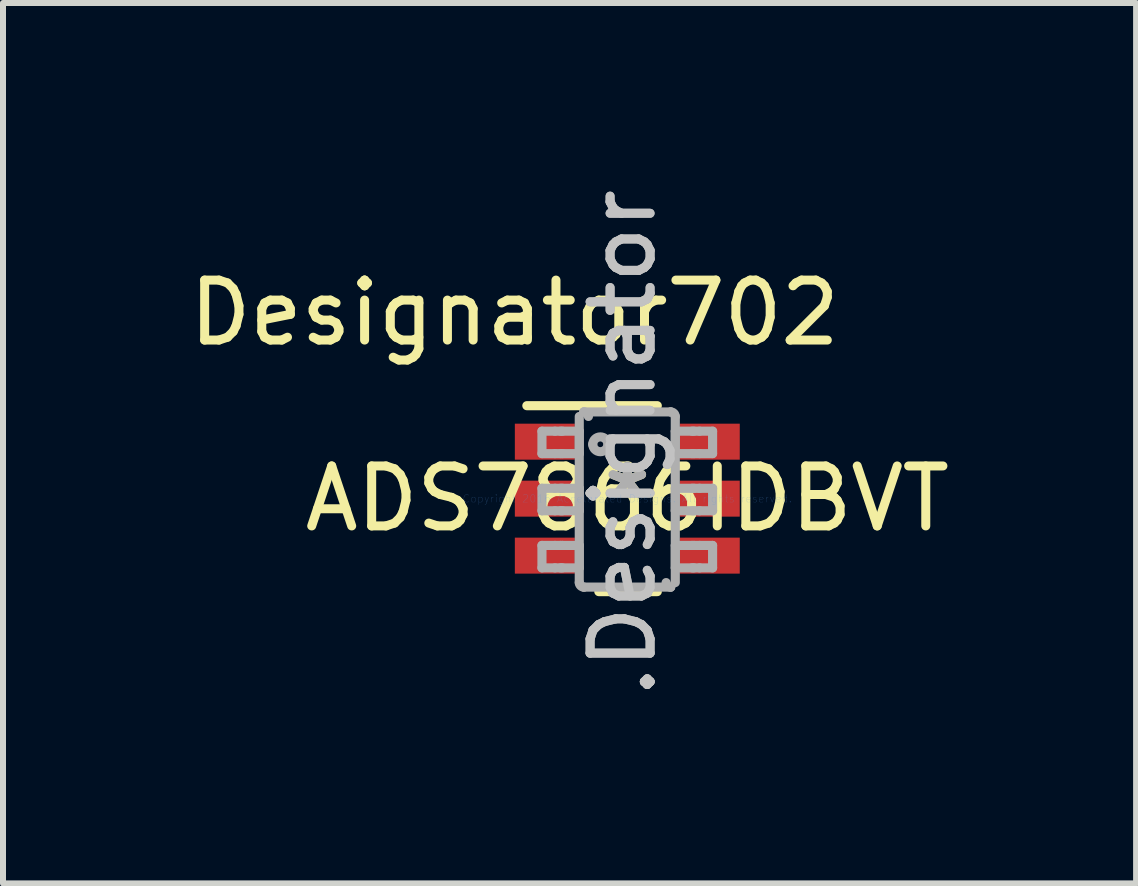
<source format=kicad_pcb>
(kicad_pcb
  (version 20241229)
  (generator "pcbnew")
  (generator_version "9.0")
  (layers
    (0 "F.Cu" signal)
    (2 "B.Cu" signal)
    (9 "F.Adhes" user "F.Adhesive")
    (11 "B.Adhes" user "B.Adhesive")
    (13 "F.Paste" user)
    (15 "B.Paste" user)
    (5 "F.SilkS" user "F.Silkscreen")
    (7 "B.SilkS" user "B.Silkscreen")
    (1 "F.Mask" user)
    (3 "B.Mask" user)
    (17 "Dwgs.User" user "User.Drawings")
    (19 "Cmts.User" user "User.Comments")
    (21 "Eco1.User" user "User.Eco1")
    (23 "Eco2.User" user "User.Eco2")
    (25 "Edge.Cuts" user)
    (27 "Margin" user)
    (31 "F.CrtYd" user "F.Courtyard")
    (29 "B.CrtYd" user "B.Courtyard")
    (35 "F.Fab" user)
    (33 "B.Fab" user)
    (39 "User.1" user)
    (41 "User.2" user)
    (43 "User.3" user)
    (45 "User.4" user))
  (footprint "ADS7866IDBVT"
    (layer "F.Cu")
    (at 7.409 5.264)
    (property "Reference" "ADS7866IDBVT" (at 0 0 0) (layer "F.SilkS") (effects (font (size 1 1) (thickness 0.15))))
    (attr through_hole)
    (fp_line (start -1.675 -1.55) (end 0.5 -1.55) (stroke (width 0.152) (type solid)) (layer "F.SilkS"))
    (fp_line (start -0.475 1.55) (end 0.5 1.55) (stroke (width 0.152) (type solid)) (layer "F.SilkS"))
    (fp_line (start -1.423 -1.125) (end -1.206 -1.125) (stroke (width 0.152) (type solid)) (layer "F.Fab"))
    (fp_line (start -1.423 -0.751) (end -1.423 -1.125) (stroke (width 0.152) (type solid)) (layer "F.Fab"))
    (fp_line (start -1.423 -0.751) (end -1.206 -0.751) (stroke (width 0.152) (type solid)) (layer "F.Fab"))
    (fp_line (start -1.423 -0.173) (end -1.206 -0.173) (stroke (width 0.152) (type solid)) (layer "F.Fab"))
    (fp_line (start -1.423 0.202) (end -1.423 -0.173) (stroke (width 0.152) (type solid)) (layer "F.Fab"))
    (fp_line (start -1.423 0.202) (end -1.206 0.202) (stroke (width 0.152) (type solid)) (layer "F.Fab"))
    (fp_line (start -1.423 0.78) (end -1.206 0.78) (stroke (width 0.152) (type solid)) (layer "F.Fab"))
    (fp_line (start -1.423 1.154) (end -1.423 0.78) (stroke (width 0.152) (type solid)) (layer "F.Fab"))
    (fp_line (start -1.423 1.154) (end -1.206 1.154) (stroke (width 0.152) (type solid)) (layer "F.Fab"))
    (fp_line (start -1.206 -1.125) (end -1.113 -1.125) (stroke (width 0.152) (type solid)) (layer "F.Fab"))
    (fp_line (start -1.206 -0.751) (end -1.113 -0.751) (stroke (width 0.152) (type solid)) (layer "F.Fab"))
    (fp_line (start -1.206 -0.173) (end -1.113 -0.173) (stroke (width 0.152) (type solid)) (layer "F.Fab"))
    (fp_line (start -1.206 0.202) (end -1.113 0.202) (stroke (width 0.152) (type solid)) (layer "F.Fab"))
    (fp_line (start -1.206 0.78) (end -1.113 0.78) (stroke (width 0.152) (type solid)) (layer "F.Fab"))
    (fp_line (start -1.206 1.154) (end -1.113 1.154) (stroke (width 0.152) (type solid)) (layer "F.Fab"))
    (fp_line (start -1.113 -1.125) (end -1.081 -1.125) (stroke (width 0.152) (type solid)) (layer "F.Fab"))
    (fp_line (start -1.113 -0.751) (end -1.081 -0.751) (stroke (width 0.152) (type solid)) (layer "F.Fab"))
    (fp_line (start -1.113 -0.173) (end -1.081 -0.173) (stroke (width 0.152) (type solid)) (layer "F.Fab"))
    (fp_line (start -1.113 0.202) (end -1.081 0.202) (stroke (width 0.152) (type solid)) (layer "F.Fab"))
    (fp_line (start -1.113 0.78) (end -1.081 0.78) (stroke (width 0.152) (type solid)) (layer "F.Fab"))
    (fp_line (start -1.113 1.154) (end -1.081 1.154) (stroke (width 0.152) (type solid)) (layer "F.Fab"))
    (fp_line (start -1.081 -1.125) (end -0.828 -1.125) (stroke (width 0.152) (type solid)) (layer "F.Fab"))
    (fp_line (start -1.081 -0.751) (end -0.828 -0.751) (stroke (width 0.152) (type solid)) (layer "F.Fab"))
    (fp_line (start -1.081 -0.173) (end -0.828 -0.173) (stroke (width 0.152) (type solid)) (layer "F.Fab"))
    (fp_line (start -1.081 0.202) (end -0.828 0.202) (stroke (width 0.152) (type solid)) (layer "F.Fab"))
    (fp_line (start -1.081 0.78) (end -0.828 0.78) (stroke (width 0.152) (type solid)) (layer "F.Fab"))
    (fp_line (start -1.081 1.154) (end -0.828 1.154) (stroke (width 0.152) (type solid)) (layer "F.Fab"))
    (fp_line (start -0.828 -1.125) (end -0.801 -1.125) (stroke (width 0.152) (type solid)) (layer "F.Fab"))
    (fp_line (start -0.828 -0.751) (end -0.801 -0.751) (stroke (width 0.152) (type solid)) (layer "F.Fab"))
    (fp_line (start -0.828 -0.173) (end -0.801 -0.173) (stroke (width 0.152) (type solid)) (layer "F.Fab"))
    (fp_line (start -0.828 0.202) (end -0.801 0.202) (stroke (width 0.152) (type solid)) (layer "F.Fab"))
    (fp_line (start -0.828 0.78) (end -0.801 0.78) (stroke (width 0.152) (type solid)) (layer "F.Fab"))
    (fp_line (start -0.828 1.154) (end -0.801 1.154) (stroke (width 0.152) (type solid)) (layer "F.Fab"))
    (fp_line (start -0.801 -0.751) (end -0.801 -1.125) (stroke (width 0.152) (type solid)) (layer "F.Fab"))
    (fp_line (start -0.801 0.202) (end -0.801 -0.173) (stroke (width 0.152) (type solid)) (layer "F.Fab"))
    (fp_line (start -0.801 1.154) (end -0.801 0.78) (stroke (width 0.152) (type solid)) (layer "F.Fab"))
    (fp_line (start -0.801 1.399) (end -0.801 -1.37) (stroke (width 0.152) (type solid)) (layer "F.Fab"))
    (fp_line (start -0.725 -1.446) (end -0.724 -1.446) (stroke (width 0.152) (type solid)) (layer "F.Fab"))
    (fp_line (start -0.725 1.475) (end -0.724 1.475) (stroke (width 0.152) (type solid)) (layer "F.Fab"))
    (fp_line (start -0.724 -1.446) (end 0.723 -1.446) (stroke (width 0.152) (type solid)) (layer "F.Fab"))
    (fp_line (start -0.724 1.475) (end 0.723 1.475) (stroke (width 0.152) (type solid)) (layer "F.Fab"))
    (fp_line (start 0.723 -1.446) (end 0.724 -1.446) (stroke (width 0.152) (type solid)) (layer "F.Fab"))
    (fp_line (start 0.723 1.475) (end 0.724 1.475) (stroke (width 0.152) (type solid)) (layer "F.Fab"))
    (fp_line (start 0.8 -1.125) (end 0.827 -1.125) (stroke (width 0.152) (type solid)) (layer "F.Fab"))
    (fp_line (start 0.8 -0.751) (end 0.8 -1.125) (stroke (width 0.152) (type solid)) (layer "F.Fab"))
    (fp_line (start 0.8 -0.751) (end 0.827 -0.751) (stroke (width 0.152) (type solid)) (layer "F.Fab"))
    (fp_line (start 0.8 -0.173) (end 0.827 -0.173) (stroke (width 0.152) (type solid)) (layer "F.Fab"))
    (fp_line (start 0.8 0.202) (end 0.8 -0.173) (stroke (width 0.152) (type solid)) (layer "F.Fab"))
    (fp_line (start 0.8 0.202) (end 0.827 0.202) (stroke (width 0.152) (type solid)) (layer "F.Fab"))
    (fp_line (start 0.8 0.78) (end 0.827 0.78) (stroke (width 0.152) (type solid)) (layer "F.Fab"))
    (fp_line (start 0.8 1.154) (end 0.8 0.78) (stroke (width 0.152) (type solid)) (layer "F.Fab"))
    (fp_line (start 0.8 1.154) (end 0.827 1.154) (stroke (width 0.152) (type solid)) (layer "F.Fab"))
    (fp_line (start 0.8 1.399) (end 0.8 -1.37) (stroke (width 0.152) (type solid)) (layer "F.Fab"))
    (fp_line (start 0.827 -1.125) (end 1.08 -1.125) (stroke (width 0.152) (type solid)) (layer "F.Fab"))
    (fp_line (start 0.827 -0.751) (end 1.08 -0.751) (stroke (width 0.152) (type solid)) (layer "F.Fab"))
    (fp_line (start 0.827 -0.173) (end 1.08 -0.173) (stroke (width 0.152) (type solid)) (layer "F.Fab"))
    (fp_line (start 0.827 0.202) (end 1.08 0.202) (stroke (width 0.152) (type solid)) (layer "F.Fab"))
    (fp_line (start 0.827 0.78) (end 1.08 0.78) (stroke (width 0.152) (type solid)) (layer "F.Fab"))
    (fp_line (start 0.827 1.154) (end 1.08 1.154) (stroke (width 0.152) (type solid)) (layer "F.Fab"))
    (fp_line (start 1.08 -1.125) (end 1.112 -1.125) (stroke (width 0.152) (type solid)) (layer "F.Fab"))
    (fp_line (start 1.08 -0.751) (end 1.112 -0.751) (stroke (width 0.152) (type solid)) (layer "F.Fab"))
    (fp_line (start 1.08 -0.173) (end 1.112 -0.173) (stroke (width 0.152) (type solid)) (layer "F.Fab"))
    (fp_line (start 1.08 0.202) (end 1.112 0.202) (stroke (width 0.152) (type solid)) (layer "F.Fab"))
    (fp_line (start 1.08 0.78) (end 1.112 0.78) (stroke (width 0.152) (type solid)) (layer "F.Fab"))
    (fp_line (start 1.08 1.154) (end 1.112 1.154) (stroke (width 0.152) (type solid)) (layer "F.Fab"))
    (fp_line (start 1.112 -1.125) (end 1.205 -1.125) (stroke (width 0.152) (type solid)) (layer "F.Fab"))
    (fp_line (start 1.112 -0.751) (end 1.205 -0.751) (stroke (width 0.152) (type solid)) (layer "F.Fab"))
    (fp_line (start 1.112 -0.173) (end 1.205 -0.173) (stroke (width 0.152) (type solid)) (layer "F.Fab"))
    (fp_line (start 1.112 0.202) (end 1.205 0.202) (stroke (width 0.152) (type solid)) (layer "F.Fab"))
    (fp_line (start 1.112 0.78) (end 1.205 0.78) (stroke (width 0.152) (type solid)) (layer "F.Fab"))
    (fp_line (start 1.112 1.154) (end 1.205 1.154) (stroke (width 0.152) (type solid)) (layer "F.Fab"))
    (fp_line (start 1.205 -1.125) (end 1.422 -1.125) (stroke (width 0.152) (type solid)) (layer "F.Fab"))
    (fp_line (start 1.205 -0.751) (end 1.422 -0.751) (stroke (width 0.152) (type solid)) (layer "F.Fab"))
    (fp_line (start 1.205 -0.173) (end 1.422 -0.173) (stroke (width 0.152) (type solid)) (layer "F.Fab"))
    (fp_line (start 1.205 0.202) (end 1.422 0.202) (stroke (width 0.152) (type solid)) (layer "F.Fab"))
    (fp_line (start 1.205 0.78) (end 1.422 0.78) (stroke (width 0.152) (type solid)) (layer "F.Fab"))
    (fp_line (start 1.205 1.154) (end 1.422 1.154) (stroke (width 0.152) (type solid)) (layer "F.Fab"))
    (fp_line (start 1.422 -0.751) (end 1.422 -1.125) (stroke (width 0.152) (type solid)) (layer "F.Fab"))
    (fp_line (start 1.422 0.202) (end 1.422 -0.173) (stroke (width 0.152) (type solid)) (layer "F.Fab"))
    (fp_line (start 1.422 1.154) (end 1.422 0.78) (stroke (width 0.152) (type solid)) (layer "F.Fab"))
    (fp_arc (start -0.724487 1.475003) (mid -0.778145 1.45291) (end -0.800689 1.39944) (stroke (width 0.1524) (type solid)) (layer "F.Fab"))
    (fp_arc (start -0.724474 -1.446002) (mid -0.670807 -1.423905) (end -0.648259 -1.370426) (stroke (width 0.1524) (type solid)) (layer "F.Fab"))
    (fp_arc (start -0.576537 -0.906071) (mid -0.449562 -1.033046) (end -0.322587 -0.906071) (stroke (width 0.1524) (type solid)) (layer "F.Fab"))
    (fp_arc (start -0.322588 -0.906071) (mid -0.449562 -0.779097) (end -0.576536 -0.906071) (stroke (width 0.1524) (type solid)) (layer "F.Fab"))
    (fp_arc (start 0.723303 -1.446002) (mid 0.776961 -1.423909) (end 0.799505 -1.370439) (stroke (width 0.1524) (type solid)) (layer "F.Fab"))
    (fp_arc (start 0.723316 1.475003) (mid 0.669668 1.452913) (end 0.647127 1.399453) (stroke (width 0.1524) (type solid)) (layer "F.Fab"))
    (fp_text user "Designator702" (at -1.88 -3.099 0) (layer "F.SilkS") (effects (font (size 1 1) (thickness 0.15))))
    (fp_text user "*" (at 0 0 0) (layer "F.SilkS") (effects (font (size 1 1) (thickness 0.15))))
    (fp_text user ".Designator" (at -0.075 -0.925 270) (layer "Dwgs.User") (effects (font (size 1 1) (thickness 0.15))))
    (fp_text user "Copyright 2016 Accelerated Designs. All rights reserved." (at 0 0 0) (layer "Cmts.User") (effects (font (size 0.127 0.127) (thickness 0.002))))
    (fp_text user ".Designator" (at -0.075 -0.925 270) (layer "F.Fab") (effects (font (size 1 1) (thickness 0.15))))
    (fp_text user "*" (at 0 0 0) (layer "F.Fab") (effects (font (size 1 1) (thickness 0.15))))
    (pad "1" smd rect (at -1.375 -0.95 90) (size 0.6 1) (layers "F.Cu" "F.Mask" "F.Paste"))
    (pad "2" smd rect (at -1.375 0 90) (size 0.6 1) (layers "F.Cu" "F.Mask" "F.Paste"))
    (pad "3" smd rect (at -1.375 0.95 90) (size 0.6 1) (layers "F.Cu" "F.Mask" "F.Paste"))
    (pad "4" smd rect (at 1.375 0.95 90) (size 0.6 1) (layers "F.Cu" "F.Mask" "F.Paste"))
    (pad "5" smd rect (at 1.375 0 90) (size 0.6 1) (layers "F.Cu" "F.Mask" "F.Paste"))
    (pad "6" smd rect (at 1.375 -0.95 90) (size 0.6 1) (layers "F.Cu" "F.Mask" "F.Paste")))
  (gr_rect
    (start -3 -3)
    (end 15.892 11.679)
    (stroke (width 0.1) (type default))
    (fill no)
    (layer "Edge.Cuts")))
</source>
